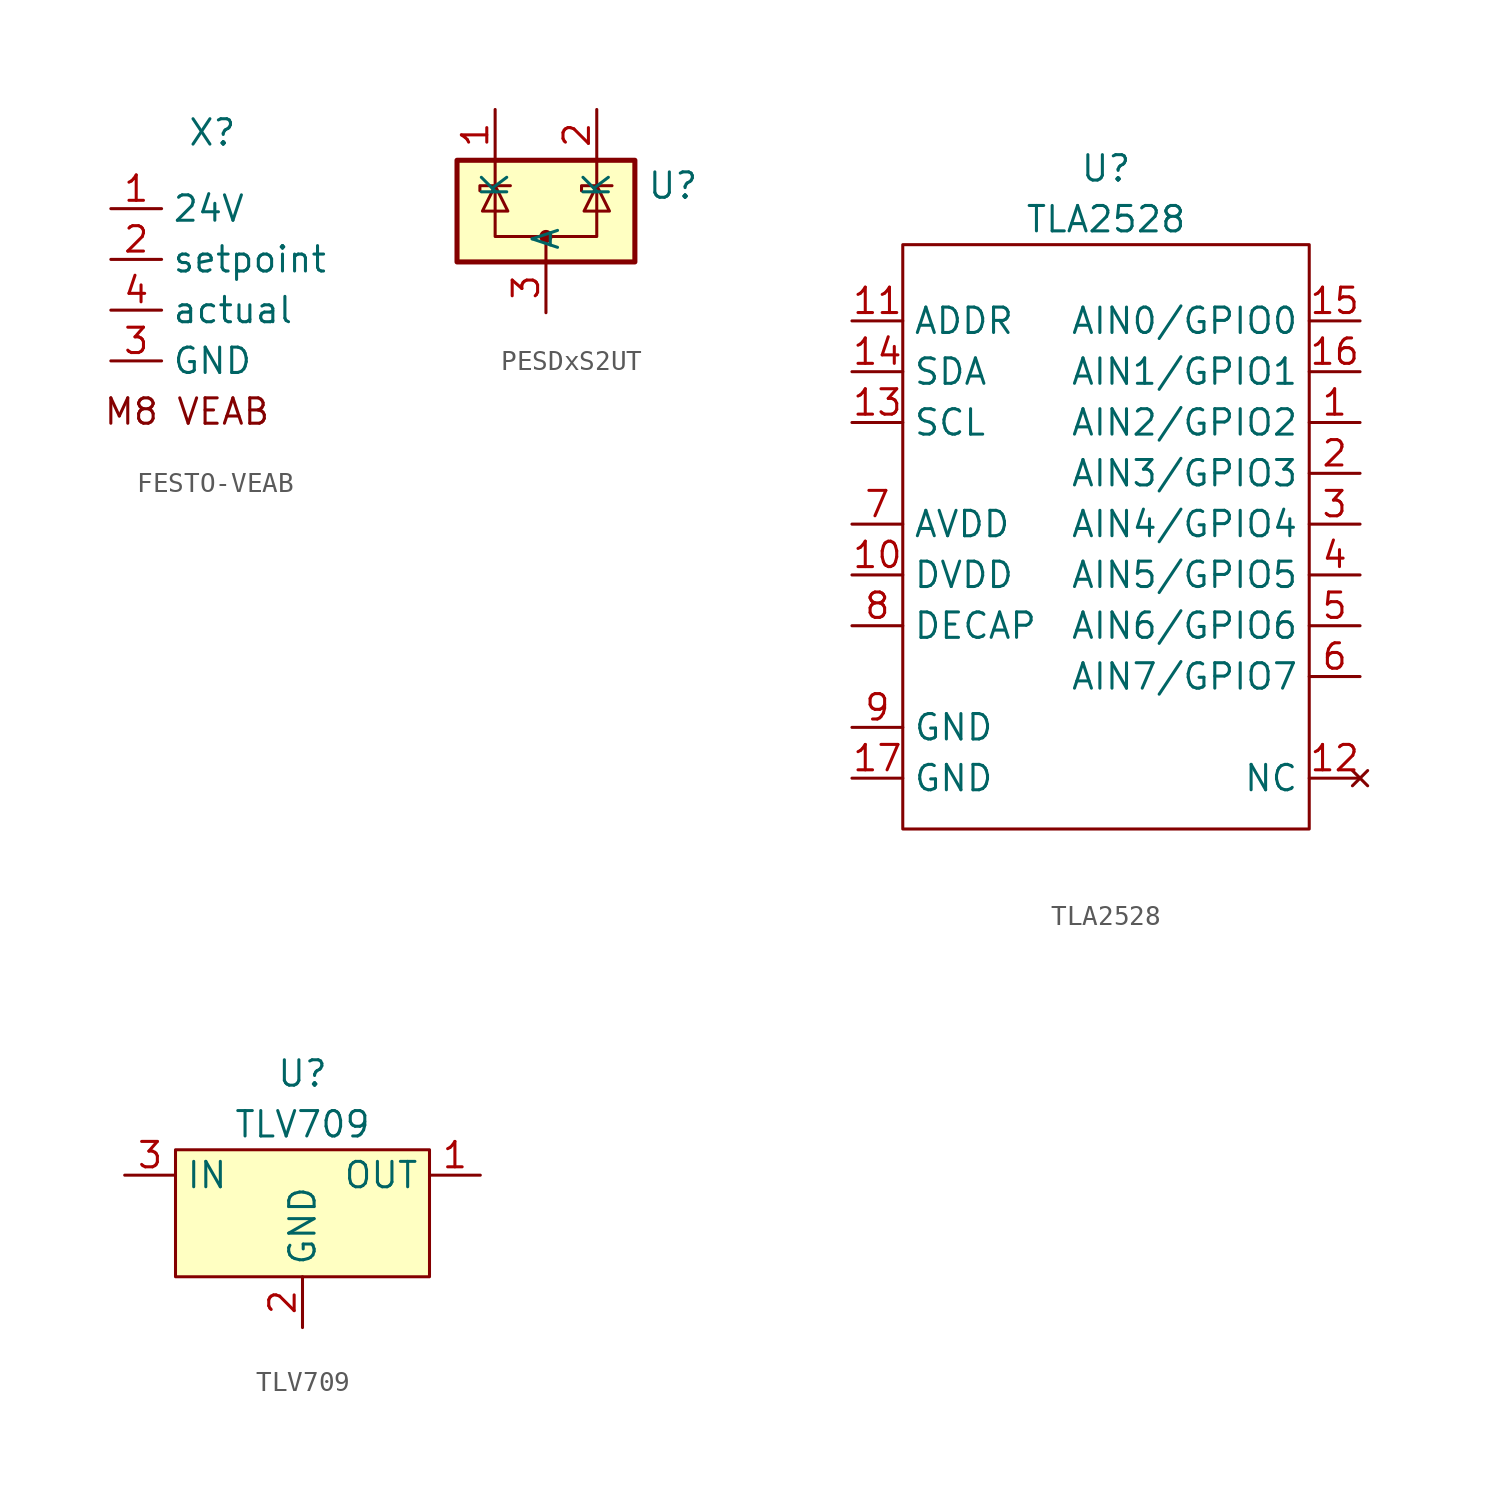
<source format=kicad_sym>
(kicad_symbol_lib
  (version 20220914)
  (generator kicad_symbol_editor)
  (symbol "FESTO-VEAB"
    (property "Reference" "X"
      (at 0 0 0)
      (effects (font (size 1.27 1.27))))
    (property "Value" ""
      (at 0 0 0)
      (effects (font (size 1.27 1.27))))
    (symbol "FESTO-VEAB_1_1"
      (text "M8 VEAB" (at -1.27 -13.97 0) (effects (font (size 1.27 1.27))))
      (pin power_in line (at -5.08 -3.81 0) (length 2.54) (name "24V" (effects (font (size 1.27 1.27)))) (number "1" (effects (font (size 1.27 1.27)))))
      (pin input line (at -5.08 -6.35 0) (length 2.54) (name "setpoint" (effects (font (size 1.27 1.27)))) (number "2" (effects (font (size 1.27 1.27)))))
      (pin power_in line (at -5.08 -11.43 0) (length 2.54) (name "GND" (effects (font (size 1.27 1.27)))) (number "3" (effects (font (size 1.27 1.27)))))
      (pin output line (at -5.08 -8.89 0) (length 2.54) (name "actual" (effects (font (size 1.27 1.27)))) (number "4" (effects (font (size 1.27 1.27)))))))
  (symbol "PESDxS2UT"
    (property "Reference" "U"
      (at 0 0 0)
      (effects (font (size 1.27 1.27))))
    (property "Value" ""
      (at 0 0 0)
      (effects (font (size 1.27 1.27))))
    (symbol "PESDxS2UT_0_0"
      (pin passive line (at -6.35 -6.35 90) (length 2.54) (name "A" (effects (font (size 1.27 1.27)))) (number "3" (effects (font (size 1.27 1.27))))))
    (symbol "PESDxS2UT_0_1"
      (rectangle (start -10.795 1.27) (end -1.905 -3.81) (stroke (width 0.254) (type default)) (fill (type background)))
      (circle (center -6.35 -2.54) (radius 0.254) (stroke (width 0) (type default)) (fill (type outline)))
      (polyline (pts (xy -8.89 1.27) (xy -8.89 0)) (stroke (width 0) (type default)) (fill (type none)))
      (polyline (pts (xy -6.35 -2.54) (xy -6.35 -3.81)) (stroke (width 0) (type default)) (fill (type none)))
      (polyline (pts (xy -3.81 1.27) (xy -3.81 0)) (stroke (width 0) (type default)) (fill (type none)))
      (polyline (pts (xy -9.652 -0.254) (xy -9.652 0) (xy -8.255 0) (xy -8.128 0)) (stroke (width 0) (type default)) (fill (type none)))
      (polyline (pts (xy -8.89 0) (xy -8.89 -2.54) (xy -3.81 -2.54) (xy -3.81 0)) (stroke (width 0) (type default)) (fill (type none)))
      (polyline (pts (xy -8.89 0) (xy -8.255 -1.27) (xy -9.525 -1.27) (xy -8.89 0)) (stroke (width 0) (type default)) (fill (type none)))
      (polyline (pts (xy -4.572 -0.254) (xy -4.572 0) (xy -3.175 0) (xy -3.048 0)) (stroke (width 0) (type default)) (fill (type none)))
      (polyline (pts (xy -3.81 0) (xy -4.445 -1.27) (xy -3.175 -1.27) (xy -3.81 0)) (stroke (width 0) (type default)) (fill (type none))))
    (symbol "PESDxS2UT_1_1"
      (pin passive line (at -8.89 3.81 270) (length 2.54) (name "K" (effects (font (size 1.27 1.27)))) (number "1" (effects (font (size 1.27 1.27)))))
      (pin passive line (at -3.81 3.81 270) (length 2.54) (name "K" (effects (font (size 1.27 1.27)))) (number "2" (effects (font (size 1.27 1.27)))))))
  (symbol "TLA2528"
    (property "Reference" "U"
      (at 0 2.54 0)
      (effects (font (size 1.27 1.27))))
    (property "Value" "TLA2528"
      (at 0 0 0)
      (effects (font (size 1.27 1.27))))
    (symbol "TLA2528_0_1"
      (rectangle (start -10.16 -1.27) (end 10.16 -30.48) (stroke (width 0) (type default)) (fill (type none))))
    (symbol "TLA2528_1_1"
      (pin bidirectional line (at 12.7 -10.16 180) (length 2.54) (name "AIN2/GPIO2" (effects (font (size 1.27 1.27)))) (number "1" (effects (font (size 1.27 1.27)))))
      (pin power_in line (at -12.7 -17.78 0) (length 2.54) (name "DVDD" (effects (font (size 1.27 1.27)))) (number "10" (effects (font (size 1.27 1.27)))))
      (pin input line (at -12.7 -5.08 0) (length 2.54) (name "ADDR" (effects (font (size 1.27 1.27)))) (number "11" (effects (font (size 1.27 1.27)))))
      (pin no_connect line (at 12.7 -27.94 180) (length 2.54) (name "NC" (effects (font (size 1.27 1.27)))) (number "12" (effects (font (size 1.27 1.27)))))
      (pin bidirectional line (at -12.7 -10.16 0) (length 2.54) (name "SCL" (effects (font (size 1.27 1.27)))) (number "13" (effects (font (size 1.27 1.27)))))
      (pin bidirectional line (at -12.7 -7.62 0) (length 2.54) (name "SDA" (effects (font (size 1.27 1.27)))) (number "14" (effects (font (size 1.27 1.27)))))
      (pin bidirectional line (at 12.7 -5.08 180) (length 2.54) (name "AIN0/GPIO0" (effects (font (size 1.27 1.27)))) (number "15" (effects (font (size 1.27 1.27)))))
      (pin bidirectional line (at 12.7 -7.62 180) (length 2.54) (name "AIN1/GPIO1" (effects (font (size 1.27 1.27)))) (number "16" (effects (font (size 1.27 1.27)))))
      (pin power_in line (at -12.7 -27.94 0) (length 2.54) (name "GND" (effects (font (size 1.27 1.27)))) (number "17" (effects (font (size 1.27 1.27)))))
      (pin bidirectional line (at 12.7 -12.7 180) (length 2.54) (name "AIN3/GPIO3" (effects (font (size 1.27 1.27)))) (number "2" (effects (font (size 1.27 1.27)))))
      (pin bidirectional line (at 12.7 -15.24 180) (length 2.54) (name "AIN4/GPIO4" (effects (font (size 1.27 1.27)))) (number "3" (effects (font (size 1.27 1.27)))))
      (pin bidirectional line (at 12.7 -17.78 180) (length 2.54) (name "AIN5/GPIO5" (effects (font (size 1.27 1.27)))) (number "4" (effects (font (size 1.27 1.27)))))
      (pin bidirectional line (at 12.7 -20.32 180) (length 2.54) (name "AIN6/GPIO6" (effects (font (size 1.27 1.27)))) (number "5" (effects (font (size 1.27 1.27)))))
      (pin bidirectional line (at 12.7 -22.86 180) (length 2.54) (name "AIN7/GPIO7" (effects (font (size 1.27 1.27)))) (number "6" (effects (font (size 1.27 1.27)))))
      (pin power_in line (at -12.7 -15.24 0) (length 2.54) (name "AVDD" (effects (font (size 1.27 1.27)))) (number "7" (effects (font (size 1.27 1.27)))))
      (pin unspecified line (at -12.7 -20.32 0) (length 2.54) (name "DECAP" (effects (font (size 1.27 1.27)))) (number "8" (effects (font (size 1.27 1.27)))))
      (pin power_in line (at -12.7 -25.4 0) (length 2.54) (name "GND" (effects (font (size 1.27 1.27)))) (number "9" (effects (font (size 1.27 1.27)))))))
  (symbol "TLV709"
    (property "Reference" "U"
      (at 0 2.54 0)
      (effects (font (size 1.27 1.27))))
    (property "Value" "TLV709"
      (at 0 0 0)
      (effects (font (size 1.27 1.27))))
    (symbol "TLV709_1_1"
      (rectangle (start -6.35 -1.27) (end 6.35 -7.62) (stroke (width 0) (type default)) (fill (type background)))
      (pin output line (at 8.89 -2.54 180) (length 2.54) (name "OUT" (effects (font (size 1.27 1.27)))) (number "1" (effects (font (size 1.27 1.27)))))
      (pin power_out line (at 0 -10.16 90) (length 2.54) (name "GND" (effects (font (size 1.27 1.27)))) (number "2" (effects (font (size 1.27 1.27)))))
      (pin input line (at -8.89 -2.54 0) (length 2.54) (name "IN" (effects (font (size 1.27 1.27)))) (number "3" (effects (font (size 1.27 1.27))))))))
</source>
